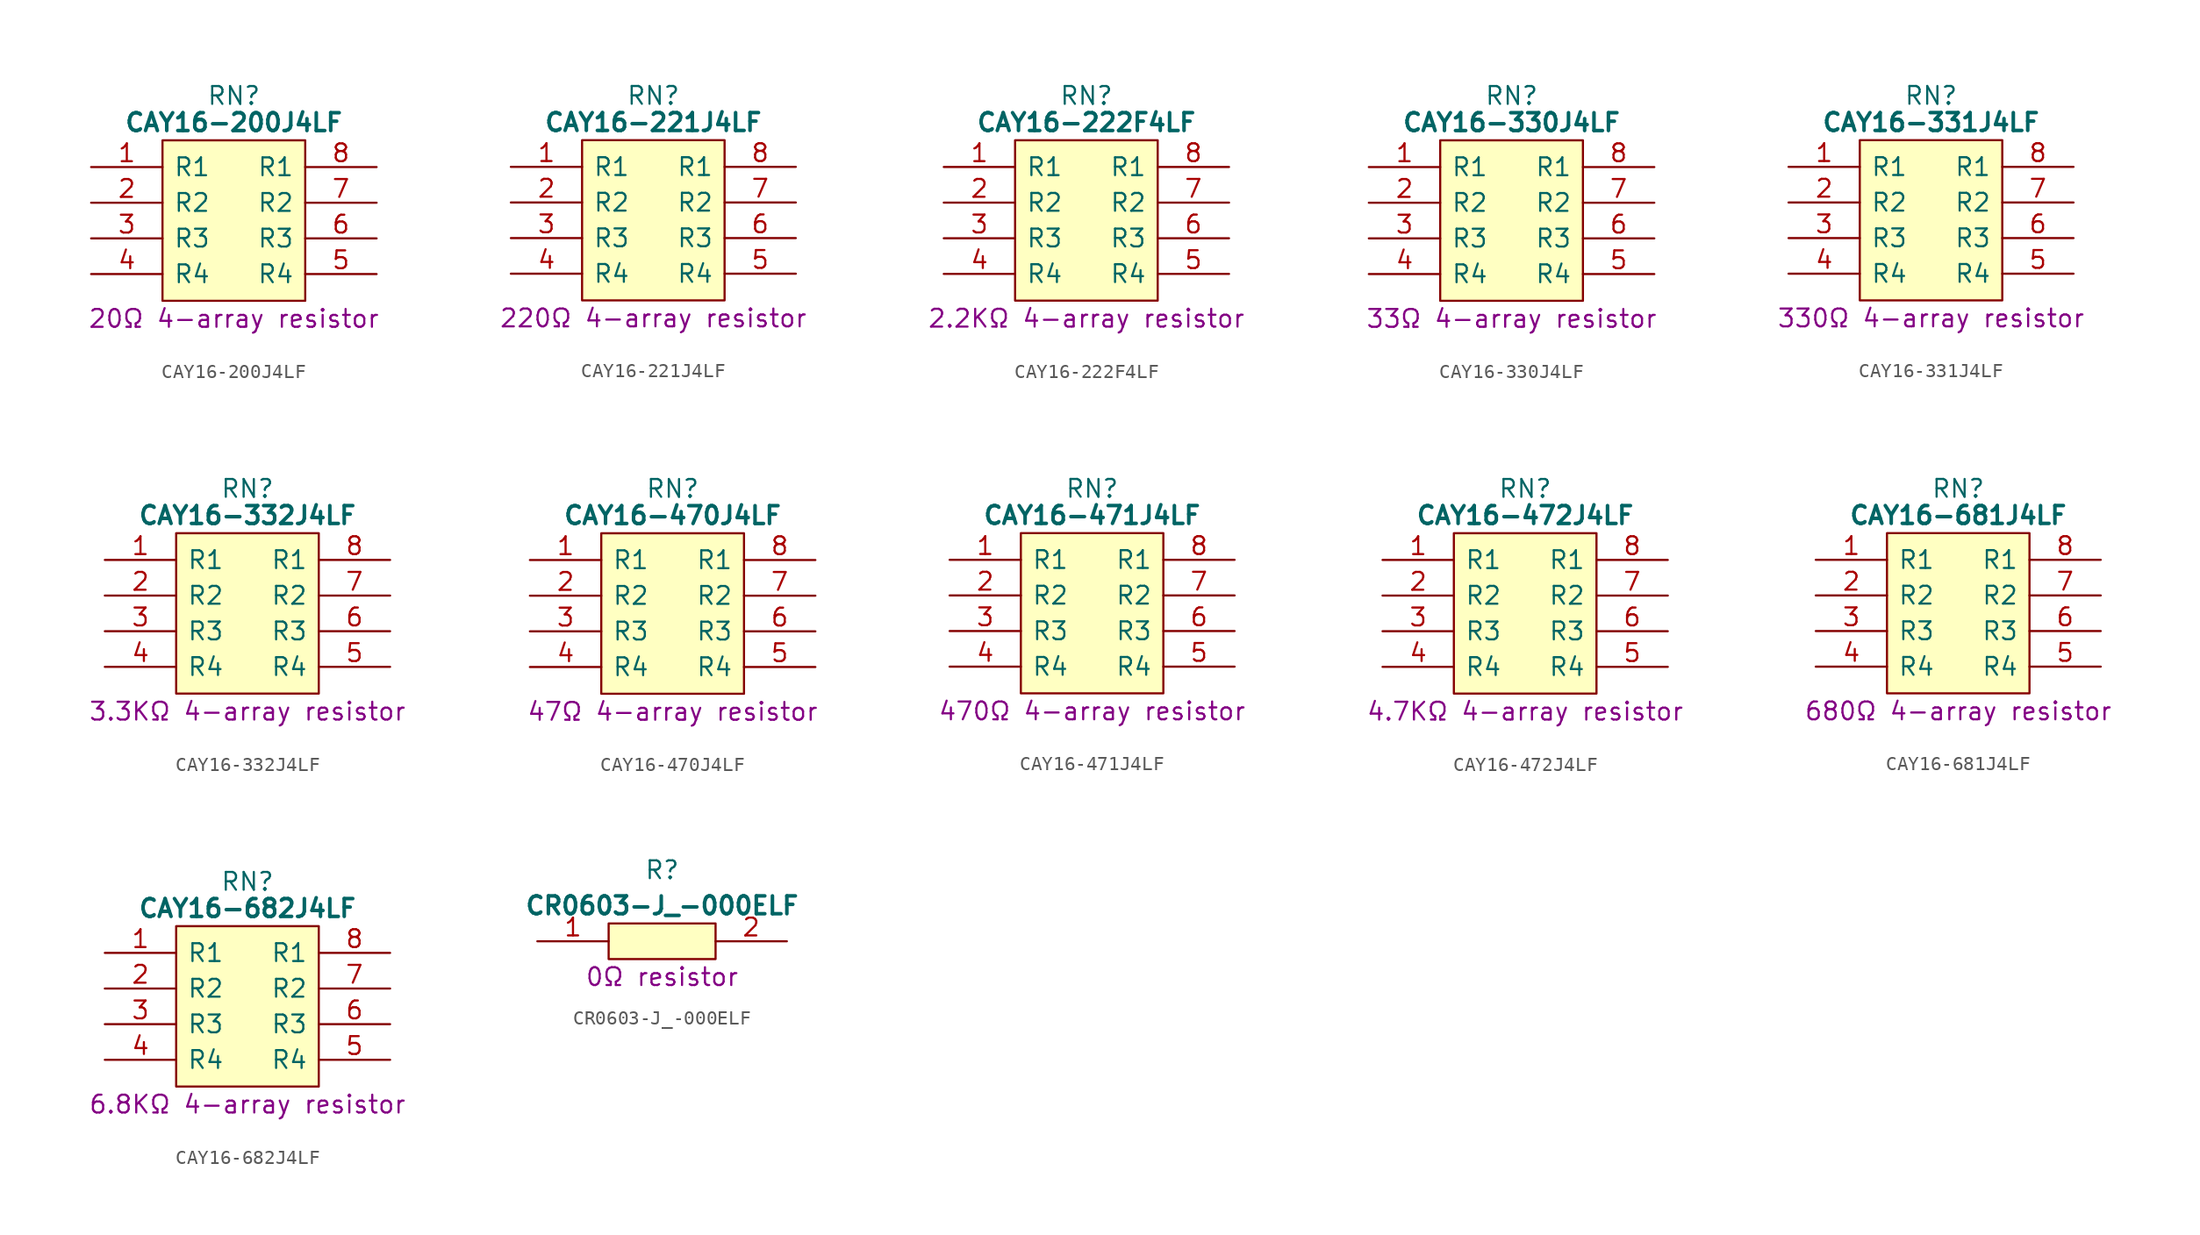
<source format=kicad_sym>
(kicad_symbol_lib
  (version 20231120)
  (generator "kicad_symbol_editor")
  (generator_version "8.0")
  (symbol "CAY16-200J4LF"
    (pin_names
      (offset 0.762))
    (property "Reference" "RN"
      (at 10.16 5.08 0)
      (effects (font (size 1.27 1.27))))
    (property "Value" "CAY16-200J4LF"
      (at 10.16 3.175 0)
      (effects (font (size 1.27 1.27) (bold yes))))
    (property "Description" "20Ω 4-array resistor"
      (at 10.16 -10.795 0)
      (effects (font (size 1.27 1.27))))
    (symbol "CAY16-200J4LF_0_0"
      (pin passive line (at 0 0 0) (length 5.08) (name "R1" (effects (font (size 1.27 1.27)))) (number "1" (effects (font (size 1.27 1.27)))))
      (pin passive line (at 0 -2.54 0) (length 5.08) (name "R2" (effects (font (size 1.27 1.27)))) (number "2" (effects (font (size 1.27 1.27)))))
      (pin passive line (at 0 -5.08 0) (length 5.08) (name "R3" (effects (font (size 1.27 1.27)))) (number "3" (effects (font (size 1.27 1.27)))))
      (pin passive line (at 0 -7.62 0) (length 5.08) (name "R4" (effects (font (size 1.27 1.27)))) (number "4" (effects (font (size 1.27 1.27)))))
      (pin passive line (at 20.32 -7.62 180) (length 5.08) (name "R4" (effects (font (size 1.27 1.27)))) (number "5" (effects (font (size 1.27 1.27)))))
      (pin passive line (at 20.32 -5.08 180) (length 5.08) (name "R3" (effects (font (size 1.27 1.27)))) (number "6" (effects (font (size 1.27 1.27)))))
      (pin passive line (at 20.32 -2.54 180) (length 5.08) (name "R2" (effects (font (size 1.27 1.27)))) (number "7" (effects (font (size 1.27 1.27)))))
      (pin passive line (at 20.32 0 180) (length 5.08) (name "R1" (effects (font (size 1.27 1.27)))) (number "8" (effects (font (size 1.27 1.27))))))
    (symbol "CAY16-200J4LF_0_1"
      (polyline (pts (xy 5.08 1.905) (xy 15.24 1.905) (xy 15.24 -9.525) (xy 5.08 -9.525) (xy 5.08 1.905)) (stroke (width 0.152) (type default)) (fill (type background)))))
  (symbol "CAY16-221J4LF"
    (pin_names
      (offset 0.762))
    (property "Reference" "RN"
      (at 10.16 5.08 0)
      (effects (font (size 1.27 1.27))))
    (property "Value" "CAY16-221J4LF"
      (at 10.16 3.175 0)
      (effects (font (size 1.27 1.27) (bold yes))))
    (property "Description" "220Ω 4-array resistor"
      (at 10.16 -10.795 0)
      (effects (font (size 1.27 1.27))))
    (symbol "CAY16-221J4LF_0_0"
      (pin passive line (at 0 0 0) (length 5.08) (name "R1" (effects (font (size 1.27 1.27)))) (number "1" (effects (font (size 1.27 1.27)))))
      (pin passive line (at 0 -2.54 0) (length 5.08) (name "R2" (effects (font (size 1.27 1.27)))) (number "2" (effects (font (size 1.27 1.27)))))
      (pin passive line (at 0 -5.08 0) (length 5.08) (name "R3" (effects (font (size 1.27 1.27)))) (number "3" (effects (font (size 1.27 1.27)))))
      (pin passive line (at 0 -7.62 0) (length 5.08) (name "R4" (effects (font (size 1.27 1.27)))) (number "4" (effects (font (size 1.27 1.27)))))
      (pin passive line (at 20.32 -7.62 180) (length 5.08) (name "R4" (effects (font (size 1.27 1.27)))) (number "5" (effects (font (size 1.27 1.27)))))
      (pin passive line (at 20.32 -5.08 180) (length 5.08) (name "R3" (effects (font (size 1.27 1.27)))) (number "6" (effects (font (size 1.27 1.27)))))
      (pin passive line (at 20.32 -2.54 180) (length 5.08) (name "R2" (effects (font (size 1.27 1.27)))) (number "7" (effects (font (size 1.27 1.27)))))
      (pin passive line (at 20.32 0 180) (length 5.08) (name "R1" (effects (font (size 1.27 1.27)))) (number "8" (effects (font (size 1.27 1.27))))))
    (symbol "CAY16-221J4LF_0_1"
      (polyline (pts (xy 5.08 1.905) (xy 15.24 1.905) (xy 15.24 -9.525) (xy 5.08 -9.525) (xy 5.08 1.905)) (stroke (width 0.152) (type default)) (fill (type background)))))
  (symbol "CAY16-222F4LF"
    (pin_names
      (offset 0.762))
    (property "Reference" "RN"
      (at 10.16 5.08 0)
      (effects (font (size 1.27 1.27))))
    (property "Value" "CAY16-222F4LF"
      (at 10.16 3.175 0)
      (effects (font (size 1.27 1.27) (bold yes))))
    (property "Description" "2.2KΩ 4-array resistor"
      (at 10.16 -10.795 0)
      (effects (font (size 1.27 1.27))))
    (symbol "CAY16-222F4LF_0_0"
      (pin passive line (at 0 0 0) (length 5.08) (name "R1" (effects (font (size 1.27 1.27)))) (number "1" (effects (font (size 1.27 1.27)))))
      (pin passive line (at 0 -2.54 0) (length 5.08) (name "R2" (effects (font (size 1.27 1.27)))) (number "2" (effects (font (size 1.27 1.27)))))
      (pin passive line (at 0 -5.08 0) (length 5.08) (name "R3" (effects (font (size 1.27 1.27)))) (number "3" (effects (font (size 1.27 1.27)))))
      (pin passive line (at 0 -7.62 0) (length 5.08) (name "R4" (effects (font (size 1.27 1.27)))) (number "4" (effects (font (size 1.27 1.27)))))
      (pin passive line (at 20.32 -7.62 180) (length 5.08) (name "R4" (effects (font (size 1.27 1.27)))) (number "5" (effects (font (size 1.27 1.27)))))
      (pin passive line (at 20.32 -5.08 180) (length 5.08) (name "R3" (effects (font (size 1.27 1.27)))) (number "6" (effects (font (size 1.27 1.27)))))
      (pin passive line (at 20.32 -2.54 180) (length 5.08) (name "R2" (effects (font (size 1.27 1.27)))) (number "7" (effects (font (size 1.27 1.27)))))
      (pin passive line (at 20.32 0 180) (length 5.08) (name "R1" (effects (font (size 1.27 1.27)))) (number "8" (effects (font (size 1.27 1.27))))))
    (symbol "CAY16-222F4LF_0_1"
      (polyline (pts (xy 5.08 1.905) (xy 15.24 1.905) (xy 15.24 -9.525) (xy 5.08 -9.525) (xy 5.08 1.905)) (stroke (width 0.152) (type default)) (fill (type background)))))
  (symbol "CAY16-330J4LF"
    (pin_names
      (offset 0.762))
    (property "Reference" "RN"
      (at 10.16 5.08 0)
      (effects (font (size 1.27 1.27))))
    (property "Value" "CAY16-330J4LF"
      (at 10.16 3.175 0)
      (effects (font (size 1.27 1.27) (bold yes))))
    (property "Description" "33Ω 4-array resistor"
      (at 10.16 -10.795 0)
      (effects (font (size 1.27 1.27))))
    (symbol "CAY16-330J4LF_0_0"
      (pin passive line (at 0 0 0) (length 5.08) (name "R1" (effects (font (size 1.27 1.27)))) (number "1" (effects (font (size 1.27 1.27)))))
      (pin passive line (at 0 -2.54 0) (length 5.08) (name "R2" (effects (font (size 1.27 1.27)))) (number "2" (effects (font (size 1.27 1.27)))))
      (pin passive line (at 0 -5.08 0) (length 5.08) (name "R3" (effects (font (size 1.27 1.27)))) (number "3" (effects (font (size 1.27 1.27)))))
      (pin passive line (at 0 -7.62 0) (length 5.08) (name "R4" (effects (font (size 1.27 1.27)))) (number "4" (effects (font (size 1.27 1.27)))))
      (pin passive line (at 20.32 -7.62 180) (length 5.08) (name "R4" (effects (font (size 1.27 1.27)))) (number "5" (effects (font (size 1.27 1.27)))))
      (pin passive line (at 20.32 -5.08 180) (length 5.08) (name "R3" (effects (font (size 1.27 1.27)))) (number "6" (effects (font (size 1.27 1.27)))))
      (pin passive line (at 20.32 -2.54 180) (length 5.08) (name "R2" (effects (font (size 1.27 1.27)))) (number "7" (effects (font (size 1.27 1.27)))))
      (pin passive line (at 20.32 0 180) (length 5.08) (name "R1" (effects (font (size 1.27 1.27)))) (number "8" (effects (font (size 1.27 1.27))))))
    (symbol "CAY16-330J4LF_0_1"
      (polyline (pts (xy 5.08 1.905) (xy 15.24 1.905) (xy 15.24 -9.525) (xy 5.08 -9.525) (xy 5.08 1.905)) (stroke (width 0.152) (type default)) (fill (type background)))))
  (symbol "CAY16-331J4LF"
    (pin_names
      (offset 0.762))
    (property "Reference" "RN"
      (at 10.16 5.08 0)
      (effects (font (size 1.27 1.27))))
    (property "Value" "CAY16-331J4LF"
      (at 10.16 3.175 0)
      (effects (font (size 1.27 1.27) (bold yes))))
    (property "Description" "330Ω 4-array resistor"
      (at 10.16 -10.795 0)
      (effects (font (size 1.27 1.27))))
    (symbol "CAY16-331J4LF_0_0"
      (pin passive line (at 0 0 0) (length 5.08) (name "R1" (effects (font (size 1.27 1.27)))) (number "1" (effects (font (size 1.27 1.27)))))
      (pin passive line (at 0 -2.54 0) (length 5.08) (name "R2" (effects (font (size 1.27 1.27)))) (number "2" (effects (font (size 1.27 1.27)))))
      (pin passive line (at 0 -5.08 0) (length 5.08) (name "R3" (effects (font (size 1.27 1.27)))) (number "3" (effects (font (size 1.27 1.27)))))
      (pin passive line (at 0 -7.62 0) (length 5.08) (name "R4" (effects (font (size 1.27 1.27)))) (number "4" (effects (font (size 1.27 1.27)))))
      (pin passive line (at 20.32 -7.62 180) (length 5.08) (name "R4" (effects (font (size 1.27 1.27)))) (number "5" (effects (font (size 1.27 1.27)))))
      (pin passive line (at 20.32 -5.08 180) (length 5.08) (name "R3" (effects (font (size 1.27 1.27)))) (number "6" (effects (font (size 1.27 1.27)))))
      (pin passive line (at 20.32 -2.54 180) (length 5.08) (name "R2" (effects (font (size 1.27 1.27)))) (number "7" (effects (font (size 1.27 1.27)))))
      (pin passive line (at 20.32 0 180) (length 5.08) (name "R1" (effects (font (size 1.27 1.27)))) (number "8" (effects (font (size 1.27 1.27))))))
    (symbol "CAY16-331J4LF_0_1"
      (polyline (pts (xy 5.08 1.905) (xy 15.24 1.905) (xy 15.24 -9.525) (xy 5.08 -9.525) (xy 5.08 1.905)) (stroke (width 0.152) (type default)) (fill (type background)))))
  (symbol "CAY16-332J4LF"
    (pin_names
      (offset 0.762))
    (property "Reference" "RN"
      (at 10.16 5.08 0)
      (effects (font (size 1.27 1.27))))
    (property "Value" "CAY16-332J4LF"
      (at 10.16 3.175 0)
      (effects (font (size 1.27 1.27) (bold yes))))
    (property "Description" "3.3KΩ 4-array resistor"
      (at 10.16 -10.795 0)
      (effects (font (size 1.27 1.27))))
    (symbol "CAY16-332J4LF_0_0"
      (pin passive line (at 0 0 0) (length 5.08) (name "R1" (effects (font (size 1.27 1.27)))) (number "1" (effects (font (size 1.27 1.27)))))
      (pin passive line (at 0 -2.54 0) (length 5.08) (name "R2" (effects (font (size 1.27 1.27)))) (number "2" (effects (font (size 1.27 1.27)))))
      (pin passive line (at 0 -5.08 0) (length 5.08) (name "R3" (effects (font (size 1.27 1.27)))) (number "3" (effects (font (size 1.27 1.27)))))
      (pin passive line (at 0 -7.62 0) (length 5.08) (name "R4" (effects (font (size 1.27 1.27)))) (number "4" (effects (font (size 1.27 1.27)))))
      (pin passive line (at 20.32 -7.62 180) (length 5.08) (name "R4" (effects (font (size 1.27 1.27)))) (number "5" (effects (font (size 1.27 1.27)))))
      (pin passive line (at 20.32 -5.08 180) (length 5.08) (name "R3" (effects (font (size 1.27 1.27)))) (number "6" (effects (font (size 1.27 1.27)))))
      (pin passive line (at 20.32 -2.54 180) (length 5.08) (name "R2" (effects (font (size 1.27 1.27)))) (number "7" (effects (font (size 1.27 1.27)))))
      (pin passive line (at 20.32 0 180) (length 5.08) (name "R1" (effects (font (size 1.27 1.27)))) (number "8" (effects (font (size 1.27 1.27))))))
    (symbol "CAY16-332J4LF_0_1"
      (polyline (pts (xy 5.08 1.905) (xy 15.24 1.905) (xy 15.24 -9.525) (xy 5.08 -9.525) (xy 5.08 1.905)) (stroke (width 0.152) (type default)) (fill (type background)))))
  (symbol "CAY16-470J4LF"
    (pin_names
      (offset 0.762))
    (property "Reference" "RN"
      (at 10.16 5.08 0)
      (effects (font (size 1.27 1.27))))
    (property "Value" "CAY16-470J4LF"
      (at 10.16 3.175 0)
      (effects (font (size 1.27 1.27) (bold yes))))
    (property "Description" "47Ω 4-array resistor"
      (at 10.16 -10.795 0)
      (effects (font (size 1.27 1.27))))
    (symbol "CAY16-470J4LF_0_0"
      (pin passive line (at 0 0 0) (length 5.08) (name "R1" (effects (font (size 1.27 1.27)))) (number "1" (effects (font (size 1.27 1.27)))))
      (pin passive line (at 0 -2.54 0) (length 5.08) (name "R2" (effects (font (size 1.27 1.27)))) (number "2" (effects (font (size 1.27 1.27)))))
      (pin passive line (at 0 -5.08 0) (length 5.08) (name "R3" (effects (font (size 1.27 1.27)))) (number "3" (effects (font (size 1.27 1.27)))))
      (pin passive line (at 0 -7.62 0) (length 5.08) (name "R4" (effects (font (size 1.27 1.27)))) (number "4" (effects (font (size 1.27 1.27)))))
      (pin passive line (at 20.32 -7.62 180) (length 5.08) (name "R4" (effects (font (size 1.27 1.27)))) (number "5" (effects (font (size 1.27 1.27)))))
      (pin passive line (at 20.32 -5.08 180) (length 5.08) (name "R3" (effects (font (size 1.27 1.27)))) (number "6" (effects (font (size 1.27 1.27)))))
      (pin passive line (at 20.32 -2.54 180) (length 5.08) (name "R2" (effects (font (size 1.27 1.27)))) (number "7" (effects (font (size 1.27 1.27)))))
      (pin passive line (at 20.32 0 180) (length 5.08) (name "R1" (effects (font (size 1.27 1.27)))) (number "8" (effects (font (size 1.27 1.27))))))
    (symbol "CAY16-470J4LF_0_1"
      (polyline (pts (xy 5.08 1.905) (xy 15.24 1.905) (xy 15.24 -9.525) (xy 5.08 -9.525) (xy 5.08 1.905)) (stroke (width 0.152) (type default)) (fill (type background)))))
  (symbol "CAY16-471J4LF"
    (pin_names
      (offset 0.762))
    (property "Reference" "RN"
      (at 10.16 5.08 0)
      (effects (font (size 1.27 1.27))))
    (property "Value" "CAY16-471J4LF"
      (at 10.16 3.175 0)
      (effects (font (size 1.27 1.27) (bold yes))))
    (property "Description" "470Ω 4-array resistor"
      (at 10.16 -10.795 0)
      (effects (font (size 1.27 1.27))))
    (symbol "CAY16-471J4LF_0_0"
      (pin passive line (at 0 0 0) (length 5.08) (name "R1" (effects (font (size 1.27 1.27)))) (number "1" (effects (font (size 1.27 1.27)))))
      (pin passive line (at 0 -2.54 0) (length 5.08) (name "R2" (effects (font (size 1.27 1.27)))) (number "2" (effects (font (size 1.27 1.27)))))
      (pin passive line (at 0 -5.08 0) (length 5.08) (name "R3" (effects (font (size 1.27 1.27)))) (number "3" (effects (font (size 1.27 1.27)))))
      (pin passive line (at 0 -7.62 0) (length 5.08) (name "R4" (effects (font (size 1.27 1.27)))) (number "4" (effects (font (size 1.27 1.27)))))
      (pin passive line (at 20.32 -7.62 180) (length 5.08) (name "R4" (effects (font (size 1.27 1.27)))) (number "5" (effects (font (size 1.27 1.27)))))
      (pin passive line (at 20.32 -5.08 180) (length 5.08) (name "R3" (effects (font (size 1.27 1.27)))) (number "6" (effects (font (size 1.27 1.27)))))
      (pin passive line (at 20.32 -2.54 180) (length 5.08) (name "R2" (effects (font (size 1.27 1.27)))) (number "7" (effects (font (size 1.27 1.27)))))
      (pin passive line (at 20.32 0 180) (length 5.08) (name "R1" (effects (font (size 1.27 1.27)))) (number "8" (effects (font (size 1.27 1.27))))))
    (symbol "CAY16-471J4LF_0_1"
      (polyline (pts (xy 5.08 1.905) (xy 15.24 1.905) (xy 15.24 -9.525) (xy 5.08 -9.525) (xy 5.08 1.905)) (stroke (width 0.152) (type default)) (fill (type background)))))
  (symbol "CAY16-472J4LF"
    (pin_names
      (offset 0.762))
    (property "Reference" "RN"
      (at 10.16 5.08 0)
      (effects (font (size 1.27 1.27))))
    (property "Value" "CAY16-472J4LF"
      (at 10.16 3.175 0)
      (effects (font (size 1.27 1.27) (bold yes))))
    (property "Description" "4.7KΩ 4-array resistor"
      (at 10.16 -10.795 0)
      (effects (font (size 1.27 1.27))))
    (symbol "CAY16-472J4LF_0_0"
      (pin passive line (at 0 0 0) (length 5.08) (name "R1" (effects (font (size 1.27 1.27)))) (number "1" (effects (font (size 1.27 1.27)))))
      (pin passive line (at 0 -2.54 0) (length 5.08) (name "R2" (effects (font (size 1.27 1.27)))) (number "2" (effects (font (size 1.27 1.27)))))
      (pin passive line (at 0 -5.08 0) (length 5.08) (name "R3" (effects (font (size 1.27 1.27)))) (number "3" (effects (font (size 1.27 1.27)))))
      (pin passive line (at 0 -7.62 0) (length 5.08) (name "R4" (effects (font (size 1.27 1.27)))) (number "4" (effects (font (size 1.27 1.27)))))
      (pin passive line (at 20.32 -7.62 180) (length 5.08) (name "R4" (effects (font (size 1.27 1.27)))) (number "5" (effects (font (size 1.27 1.27)))))
      (pin passive line (at 20.32 -5.08 180) (length 5.08) (name "R3" (effects (font (size 1.27 1.27)))) (number "6" (effects (font (size 1.27 1.27)))))
      (pin passive line (at 20.32 -2.54 180) (length 5.08) (name "R2" (effects (font (size 1.27 1.27)))) (number "7" (effects (font (size 1.27 1.27)))))
      (pin passive line (at 20.32 0 180) (length 5.08) (name "R1" (effects (font (size 1.27 1.27)))) (number "8" (effects (font (size 1.27 1.27))))))
    (symbol "CAY16-472J4LF_0_1"
      (polyline (pts (xy 5.08 1.905) (xy 15.24 1.905) (xy 15.24 -9.525) (xy 5.08 -9.525) (xy 5.08 1.905)) (stroke (width 0.152) (type default)) (fill (type background)))))
  (symbol "CAY16-681J4LF"
    (pin_names
      (offset 0.762))
    (property "Reference" "RN"
      (at 10.16 5.08 0)
      (effects (font (size 1.27 1.27))))
    (property "Value" "CAY16-681J4LF"
      (at 10.16 3.175 0)
      (effects (font (size 1.27 1.27) (bold yes))))
    (property "Description" "680Ω 4-array resistor"
      (at 10.16 -10.795 0)
      (effects (font (size 1.27 1.27))))
    (symbol "CAY16-681J4LF_0_0"
      (pin passive line (at 0 0 0) (length 5.08) (name "R1" (effects (font (size 1.27 1.27)))) (number "1" (effects (font (size 1.27 1.27)))))
      (pin passive line (at 0 -2.54 0) (length 5.08) (name "R2" (effects (font (size 1.27 1.27)))) (number "2" (effects (font (size 1.27 1.27)))))
      (pin passive line (at 0 -5.08 0) (length 5.08) (name "R3" (effects (font (size 1.27 1.27)))) (number "3" (effects (font (size 1.27 1.27)))))
      (pin passive line (at 0 -7.62 0) (length 5.08) (name "R4" (effects (font (size 1.27 1.27)))) (number "4" (effects (font (size 1.27 1.27)))))
      (pin passive line (at 20.32 -7.62 180) (length 5.08) (name "R4" (effects (font (size 1.27 1.27)))) (number "5" (effects (font (size 1.27 1.27)))))
      (pin passive line (at 20.32 -5.08 180) (length 5.08) (name "R3" (effects (font (size 1.27 1.27)))) (number "6" (effects (font (size 1.27 1.27)))))
      (pin passive line (at 20.32 -2.54 180) (length 5.08) (name "R2" (effects (font (size 1.27 1.27)))) (number "7" (effects (font (size 1.27 1.27)))))
      (pin passive line (at 20.32 0 180) (length 5.08) (name "R1" (effects (font (size 1.27 1.27)))) (number "8" (effects (font (size 1.27 1.27))))))
    (symbol "CAY16-681J4LF_0_1"
      (polyline (pts (xy 5.08 1.905) (xy 15.24 1.905) (xy 15.24 -9.525) (xy 5.08 -9.525) (xy 5.08 1.905)) (stroke (width 0.152) (type default)) (fill (type background)))))
  (symbol "CAY16-682J4LF"
    (pin_names
      (offset 0.762))
    (property "Reference" "RN"
      (at 10.16 5.08 0)
      (effects (font (size 1.27 1.27))))
    (property "Value" "CAY16-682J4LF"
      (at 10.16 3.175 0)
      (effects (font (size 1.27 1.27) (bold yes))))
    (property "Description" "6.8KΩ 4-array resistor"
      (at 10.16 -10.795 0)
      (effects (font (size 1.27 1.27))))
    (symbol "CAY16-682J4LF_0_0"
      (pin passive line (at 0 0 0) (length 5.08) (name "R1" (effects (font (size 1.27 1.27)))) (number "1" (effects (font (size 1.27 1.27)))))
      (pin passive line (at 0 -2.54 0) (length 5.08) (name "R2" (effects (font (size 1.27 1.27)))) (number "2" (effects (font (size 1.27 1.27)))))
      (pin passive line (at 0 -5.08 0) (length 5.08) (name "R3" (effects (font (size 1.27 1.27)))) (number "3" (effects (font (size 1.27 1.27)))))
      (pin passive line (at 0 -7.62 0) (length 5.08) (name "R4" (effects (font (size 1.27 1.27)))) (number "4" (effects (font (size 1.27 1.27)))))
      (pin passive line (at 20.32 -7.62 180) (length 5.08) (name "R4" (effects (font (size 1.27 1.27)))) (number "5" (effects (font (size 1.27 1.27)))))
      (pin passive line (at 20.32 -5.08 180) (length 5.08) (name "R3" (effects (font (size 1.27 1.27)))) (number "6" (effects (font (size 1.27 1.27)))))
      (pin passive line (at 20.32 -2.54 180) (length 5.08) (name "R2" (effects (font (size 1.27 1.27)))) (number "7" (effects (font (size 1.27 1.27)))))
      (pin passive line (at 20.32 0 180) (length 5.08) (name "R1" (effects (font (size 1.27 1.27)))) (number "8" (effects (font (size 1.27 1.27))))))
    (symbol "CAY16-682J4LF_0_1"
      (polyline (pts (xy 5.08 1.905) (xy 15.24 1.905) (xy 15.24 -9.525) (xy 5.08 -9.525) (xy 5.08 1.905)) (stroke (width 0.152) (type default)) (fill (type background)))))
  (symbol "CR0603-J_-000ELF"
    (pin_names
      (offset 0.762))
    (property "Reference" "R"
      (at 8.89 5.08 0)
      (effects (font (size 1.27 1.27))))
    (property "Value" "CR0603-J_-000ELF"
      (at 8.89 2.54 0)
      (effects (font (size 1.27 1.27) (bold yes))))
    (property "Description" "0Ω resistor"
      (at 8.89 -2.54 0)
      (effects (font (size 1.27 1.27))))
    (symbol "CR0603-J_-000ELF_0_0"
      (pin passive line (at 0 0 0) (length 5.08) (name "~" (effects (font (size 1.27 1.27)))) (number "1" (effects (font (size 1.27 1.27)))))
      (pin passive line (at 17.78 0 180) (length 5.08) (name "~" (effects (font (size 1.27 1.27)))) (number "2" (effects (font (size 1.27 1.27))))))
    (symbol "CR0603-J_-000ELF_0_1"
      (polyline (pts (xy 5.08 1.27) (xy 12.7 1.27) (xy 12.7 -1.27) (xy 5.08 -1.27) (xy 5.08 1.27)) (stroke (width 0.152) (type default)) (fill (type background))))))
</source>
